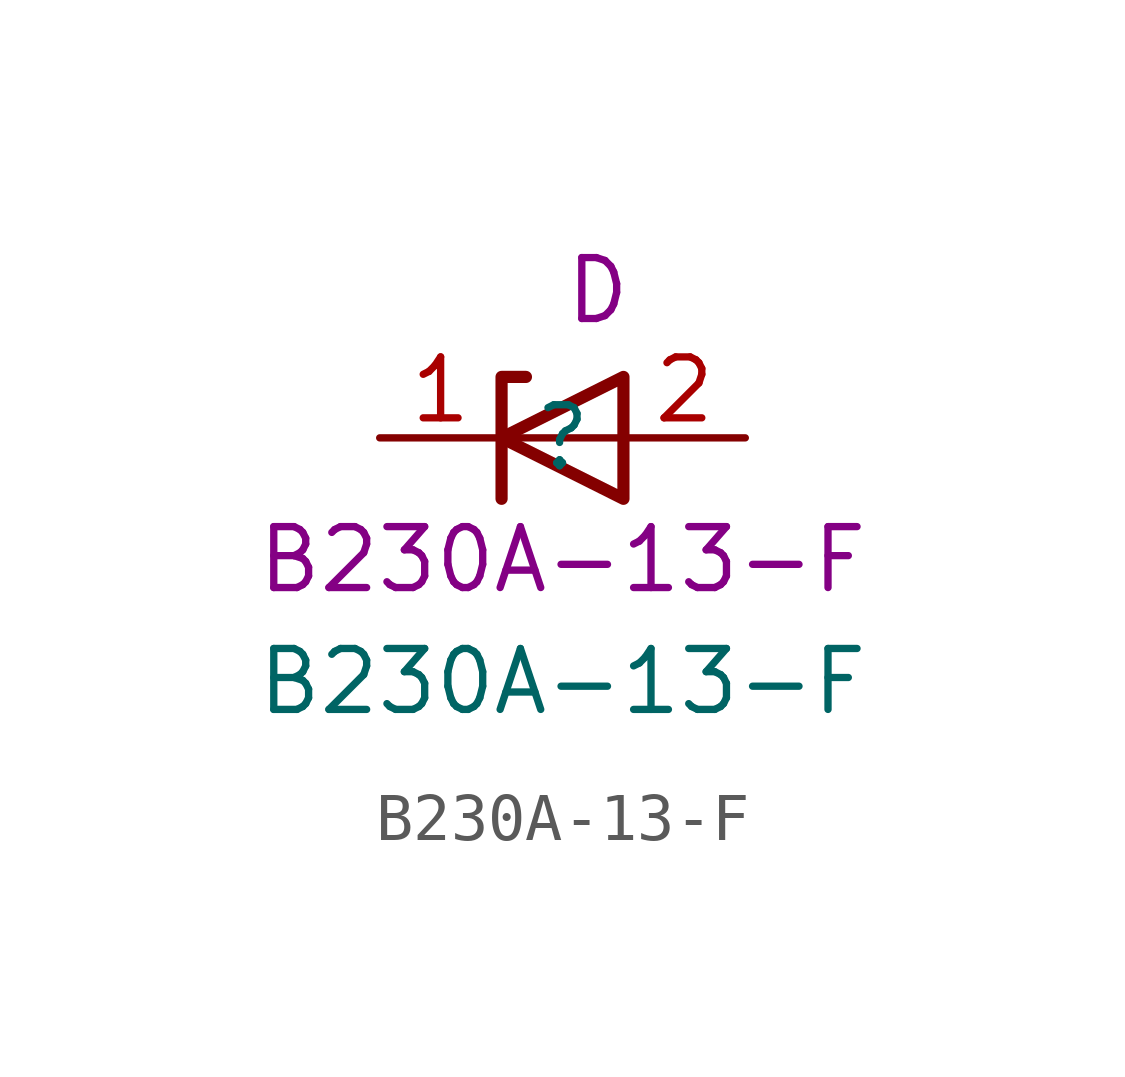
<source format=kicad_sym>
(kicad_symbol_lib
  (version 20211014)
  (generator kicad_symbol_editor)
  (symbol "B230A-13-F"
    (pin_names hide)
    (property "Reference" ""
      (at 0 0 0)
      (effects (font (size 1.27 1.27))))
    (property "Value" "B230A-13-F"
      (at 0 -5.08 0)
      (effects (font (size 1.27 1.27))))
    (property "Reference_1" "D"
      (at 0 3.81 0)
      (effects (font (size 1.27 1.27)) (justify left top)))
    (property "Value_1" "B230A-13-F"
      (at 0 -2.54 0)
      (effects (font (size 1.27 1.27))))
    (symbol "B230A-13-F_0_1"
      (polyline (pts (xy 1.27 0) (xy -1.27 0)) (stroke (width 0) (type default) (color 0 0 0 0)) (fill (type none)))
      (polyline (pts (xy -1.27 -1.27) (xy -1.27 1.27) (xy -0.762 1.27)) (stroke (width 0.254) (type default) (color 0 0 0 0)) (fill (type none)))
      (polyline (pts (xy 1.27 -1.27) (xy 1.27 1.27) (xy -1.27 0) (xy 1.27 -1.27)) (stroke (width 0.254) (type default) (color 0 0 0 0)) (fill (type none))))
    (symbol "B230A-13-F_1_1"
      (pin passive line (at -3.81 0 0) (length 2.54) (name "K" (effects (font (size 1.27 1.27)))) (number "1" (effects (font (size 1.27 1.27)))))
      (pin passive line (at 3.81 0 180) (length 2.54) (name "A" (effects (font (size 1.27 1.27)))) (number "2" (effects (font (size 1.27 1.27))))))))
</source>
